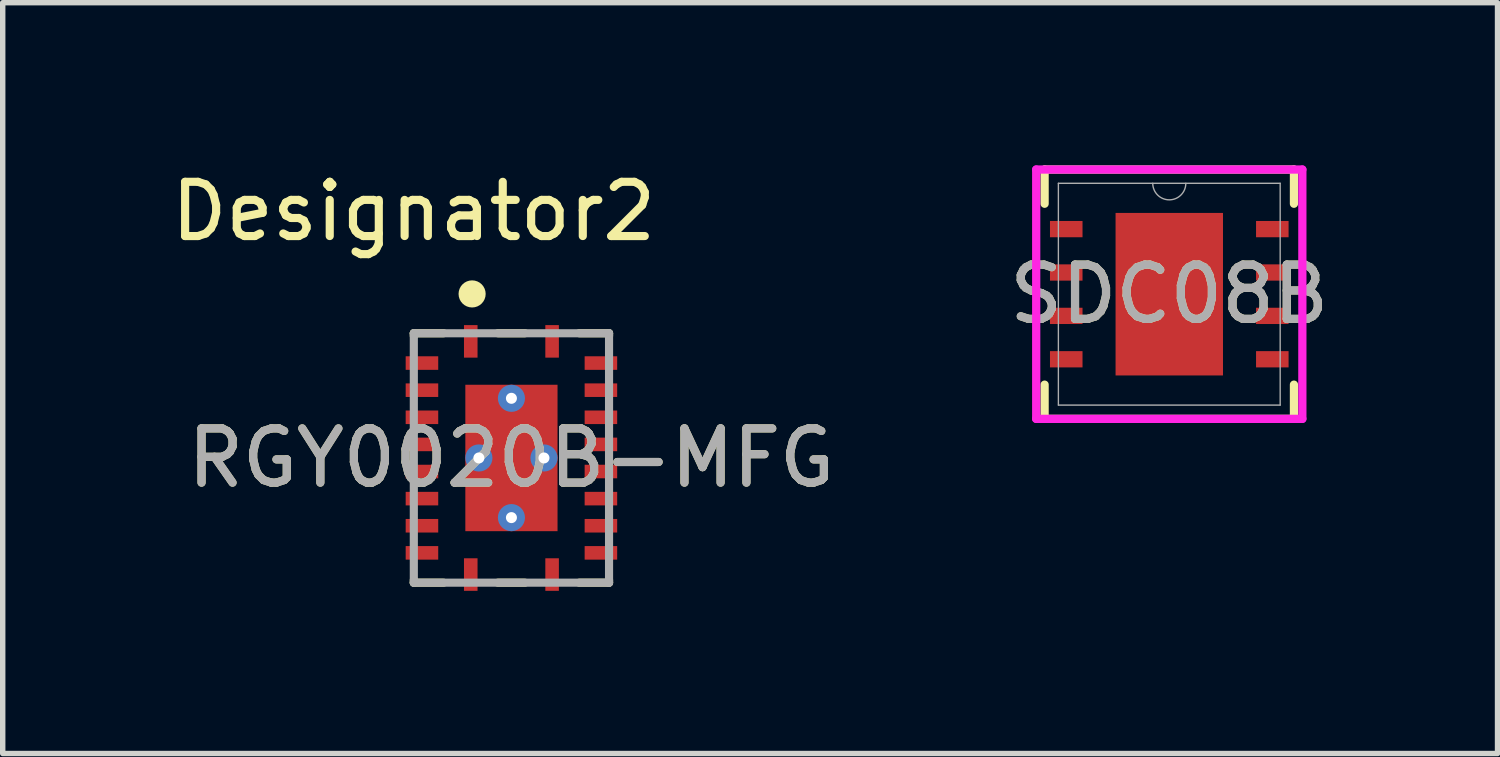
<source format=kicad_pcb>
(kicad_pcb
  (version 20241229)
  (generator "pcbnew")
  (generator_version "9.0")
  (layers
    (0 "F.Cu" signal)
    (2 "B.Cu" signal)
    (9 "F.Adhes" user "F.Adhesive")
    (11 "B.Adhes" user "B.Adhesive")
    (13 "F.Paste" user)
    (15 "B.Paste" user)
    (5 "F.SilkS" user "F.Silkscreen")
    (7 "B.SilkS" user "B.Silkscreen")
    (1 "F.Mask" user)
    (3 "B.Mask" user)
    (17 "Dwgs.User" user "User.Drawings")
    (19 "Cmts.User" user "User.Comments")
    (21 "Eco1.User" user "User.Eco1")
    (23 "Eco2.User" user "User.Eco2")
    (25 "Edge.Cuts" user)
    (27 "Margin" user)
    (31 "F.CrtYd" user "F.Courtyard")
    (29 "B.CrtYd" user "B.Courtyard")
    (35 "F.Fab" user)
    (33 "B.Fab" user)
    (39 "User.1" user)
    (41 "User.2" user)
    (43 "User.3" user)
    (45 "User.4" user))
  (footprint "SDC08B"
    (layer "F.Cu")
    (at 18.512 2.375)
    (property "Reference" "SDC08B" (at 0 0 0) (unlocked yes) (layer "F.SilkS") (effects (font (size 1 1) (thickness 0.15))))
    (attr smd)
    (fp_line (start -2.299 -2.299) (end -2.299 -1.668) (stroke (width 0.152) (type solid)) (layer "F.SilkS"))
    (fp_line (start -2.299 1.668) (end -2.299 2.299) (stroke (width 0.152) (type solid)) (layer "F.SilkS"))
    (fp_line (start -2.299 2.299) (end 2.299 2.299) (stroke (width 0.152) (type solid)) (layer "F.SilkS"))
    (fp_line (start 2.299 -2.299) (end -2.299 -2.299) (stroke (width 0.152) (type solid)) (layer "F.SilkS"))
    (fp_line (start 2.299 -1.668) (end 2.299 -2.299) (stroke (width 0.152) (type solid)) (layer "F.SilkS"))
    (fp_line (start 2.299 2.299) (end 2.299 1.668) (stroke (width 0.152) (type solid)) (layer "F.SilkS"))
    (fp_poly (pts (xy -2.403 -1.35) (xy -2.403 -1.05) (xy -1.803 -1.05) (xy -1.803 -1.35)) (stroke (width 0) (type solid)) (fill yes) (layer "F.Paste"))
    (fp_poly (pts (xy -2.403 -0.55) (xy -2.403 -0.25) (xy -1.803 -0.25) (xy -1.803 -0.55)) (stroke (width 0) (type solid)) (fill yes) (layer "F.Paste"))
    (fp_poly (pts (xy -2.403 0.25) (xy -2.403 0.55) (xy -1.803 0.55) (xy -1.803 0.25)) (stroke (width 0) (type solid)) (fill yes) (layer "F.Paste"))
    (fp_poly (pts (xy -2.403 1.05) (xy -2.403 1.35) (xy -1.803 1.35) (xy -1.803 1.05)) (stroke (width 0) (type solid)) (fill yes) (layer "F.Paste"))
    (fp_poly (pts (xy -0.887 -1.395) (xy -0.887 -0.1) (xy -0.1 -0.1) (xy -0.1 -1.395)) (stroke (width 0) (type solid)) (fill yes) (layer "F.Paste"))
    (fp_poly (pts (xy -0.887 0.1) (xy -0.887 1.395) (xy -0.1 1.395) (xy -0.1 0.1)) (stroke (width 0) (type solid)) (fill yes) (layer "F.Paste"))
    (fp_poly (pts (xy 0.1 -1.395) (xy 0.1 -0.1) (xy 0.887 -0.1) (xy 0.887 -1.395)) (stroke (width 0) (type solid)) (fill yes) (layer "F.Paste"))
    (fp_poly (pts (xy 0.1 0.1) (xy 0.1 1.395) (xy 0.887 1.395) (xy 0.887 0.1)) (stroke (width 0) (type solid)) (fill yes) (layer "F.Paste"))
    (fp_poly (pts (xy 1.803 -1.35) (xy 1.803 -1.05) (xy 2.403 -1.05) (xy 2.403 -1.35)) (stroke (width 0) (type solid)) (fill yes) (layer "F.Paste"))
    (fp_poly (pts (xy 1.803 -0.55) (xy 1.803 -0.25) (xy 2.403 -0.25) (xy 2.403 -0.55)) (stroke (width 0) (type solid)) (fill yes) (layer "F.Paste"))
    (fp_poly (pts (xy 1.803 0.25) (xy 1.803 0.55) (xy 2.403 0.55) (xy 2.403 0.25)) (stroke (width 0) (type solid)) (fill yes) (layer "F.Paste"))
    (fp_poly (pts (xy 1.803 1.05) (xy 1.803 1.35) (xy 2.403 1.35) (xy 2.403 1.05)) (stroke (width 0) (type solid)) (fill yes) (layer "F.Paste"))
    (fp_line (start -2.454 -2.299) (end 2.454 -2.299) (stroke (width 0.152) (type solid)) (layer "F.CrtYd"))
    (fp_line (start -2.454 2.299) (end -2.454 -2.299) (stroke (width 0.152) (type solid)) (layer "F.CrtYd"))
    (fp_line (start 2.454 -2.299) (end 2.454 2.299) (stroke (width 0.152) (type solid)) (layer "F.CrtYd"))
    (fp_line (start 2.454 2.299) (end -2.454 2.299) (stroke (width 0.152) (type solid)) (layer "F.CrtYd"))
    (fp_line (start -2.045 -2.045) (end -2.045 2.045) (stroke (width 0.025) (type solid)) (layer "F.Fab"))
    (fp_line (start -2.045 2.045) (end 2.045 2.045) (stroke (width 0.025) (type solid)) (layer "F.Fab"))
    (fp_line (start 2.045 -2.045) (end -2.045 -2.045) (stroke (width 0.025) (type solid)) (layer "F.Fab"))
    (fp_line (start 2.045 2.045) (end 2.045 -2.045) (stroke (width 0.025) (type solid)) (layer "F.Fab"))
    (fp_arc (start 0.3048 -2.0447) (mid 0 -1.7399) (end -0.3048 -2.0447) (stroke (width 0.0254) (type solid)) (layer "F.Fab"))
    (fp_text user "${REFERENCE}" (at 0 0 0) (unlocked yes) (layer "F.Fab") (effects (font (size 1 1) (thickness 0.15))))
    (pad "1" smd rect (at -1.9 -1.2) (size 0.6 0.3) (layers "F.Cu" "F.Mask"))
    (pad "2" smd rect (at -1.9 -0.4) (size 0.6 0.3) (layers "F.Cu" "F.Mask"))
    (pad "3" smd rect (at -1.9 0.4) (size 0.6 0.3) (layers "F.Cu" "F.Mask"))
    (pad "4" smd rect (at -1.9 1.2) (size 0.6 0.3) (layers "F.Cu" "F.Mask"))
    (pad "5" smd rect (at 1.9 1.2) (size 0.6 0.3) (layers "F.Cu" "F.Mask"))
    (pad "6" smd rect (at 1.9 0.4) (size 0.6 0.3) (layers "F.Cu" "F.Mask"))
    (pad "7" smd rect (at 1.9 -0.4) (size 0.6 0.3) (layers "F.Cu" "F.Mask"))
    (pad "8" smd rect (at 1.9 -1.2) (size 0.6 0.3) (layers "F.Cu" "F.Mask"))
    (pad "9" smd rect (at 0 0) (size 1.981 2.997) (layers "F.Cu" "F.Mask")))
  (footprint "RGY0020B-MFG"
    (layer "F.Cu")
    (at 6.381 5.395)
    (property "Reference" "RGY0020B-MFG" (at 0 0 0) (unlocked yes) (layer "F.SilkS") (effects (font (size 1 1) (thickness 0.15))))
    (attr smd)
    (fp_line (start -1.8 -2.3) (end -1.25 -2.3) (stroke (width 0.15) (type solid)) (layer "F.SilkS"))
    (fp_line (start -1.8 -2.25) (end -1.8 -2.3) (stroke (width 0.15) (type solid)) (layer "F.SilkS"))
    (fp_line (start -1.8 2.3) (end -1.8 2.25) (stroke (width 0.15) (type solid)) (layer "F.SilkS"))
    (fp_line (start -1.8 2.3) (end -1.25 2.3) (stroke (width 0.15) (type solid)) (layer "F.SilkS"))
    (fp_line (start -0.25 -2.3) (end 0.25 -2.3) (stroke (width 0.15) (type solid)) (layer "F.SilkS"))
    (fp_line (start -0.25 2.3) (end 0.25 2.3) (stroke (width 0.15) (type solid)) (layer "F.SilkS"))
    (fp_line (start 1.25 -2.3) (end 1.8 -2.3) (stroke (width 0.15) (type solid)) (layer "F.SilkS"))
    (fp_line (start 1.25 2.3) (end 1.8 2.3) (stroke (width 0.15) (type solid)) (layer "F.SilkS"))
    (fp_line (start 1.8 -2.25) (end 1.8 -2.3) (stroke (width 0.15) (type solid)) (layer "F.SilkS"))
    (fp_line (start 1.8 2.3) (end 1.8 2.25) (stroke (width 0.15) (type solid)) (layer "F.SilkS"))
    (fp_circle (center -0.725 -3.025) (end -0.6 -3.025) (stroke (width 0.25) (type solid)) (fill no) (layer "F.SilkS"))
    (fp_poly (pts (xy -0.1 -1.265) (xy -0.1 -0.155) (xy -0.15 -0.105) (xy -0.8 -0.105) (xy -0.85 -0.155) (xy -0.85 -1.265) (xy -0.8 -1.315) (xy -0.15 -1.315)) (stroke (width 0) (type solid)) (fill yes) (layer "F.Paste"))
    (fp_poly (pts (xy -0.1 1.265) (xy -0.15 1.315) (xy -0.8 1.315) (xy -0.85 1.265) (xy -0.85 0.155) (xy -0.8 0.105) (xy -0.15 0.105) (xy -0.1 0.155)) (stroke (width 0) (type solid)) (fill yes) (layer "F.Paste"))
    (fp_poly (pts (xy 0.8 0.105) (xy 0.85 0.155) (xy 0.85 1.265) (xy 0.8 1.315) (xy 0.15 1.315) (xy 0.1 1.265) (xy 0.1 0.155) (xy 0.15 0.105)) (stroke (width 0) (type solid)) (fill yes) (layer "F.Paste"))
    (fp_poly (pts (xy 0.85 -0.155) (xy 0.8 -0.105) (xy 0.15 -0.105) (xy 0.1 -0.155) (xy 0.1 -1.265) (xy 0.15 -1.315) (xy 0.8 -1.315) (xy 0.85 -1.265)) (stroke (width 0) (type solid)) (fill yes) (layer "F.Paste"))
    (fp_line (start -1.8 -2.3) (end 1.8 -2.3) (stroke (width 0.15) (type solid)) (layer "F.Fab"))
    (fp_line (start -1.8 2.3) (end -1.8 -2.3) (stroke (width 0.15) (type solid)) (layer "F.Fab"))
    (fp_line (start -1.8 2.3) (end 1.8 2.3) (stroke (width 0.15) (type solid)) (layer "F.Fab"))
    (fp_line (start 1.8 2.3) (end 1.8 -2.3) (stroke (width 0.15) (type solid)) (layer "F.Fab"))
    (fp_text user "Designator2" (at -1.803 -4.547 0) (unlocked yes) (layer "F.SilkS") (effects (font (size 1 1) (thickness 0.15))))
    (fp_text user "${REFERENCE}" (at 0 0 0) (unlocked yes) (layer "F.Fab") (effects (font (size 1 1) (thickness 0.15))))
    (pad "1" smd rect (at -0.75 -2.15) (size 0.25 0.6) (layers "F.Cu" "F.Mask" "F.Paste"))
    (pad "2" smd rect (at -1.65 -1.75 90) (size 0.25 0.6) (layers "F.Cu" "F.Mask" "F.Paste"))
    (pad "3" smd rect (at -1.65 -1.25 90) (size 0.25 0.6) (layers "F.Cu" "F.Mask" "F.Paste"))
    (pad "4" smd rect (at -1.65 -0.75 90) (size 0.25 0.6) (layers "F.Cu" "F.Mask" "F.Paste"))
    (pad "5" smd rect (at -1.65 -0.25 90) (size 0.25 0.6) (layers "F.Cu" "F.Mask" "F.Paste"))
    (pad "6" smd rect (at -1.65 0.25 90) (size 0.25 0.6) (layers "F.Cu" "F.Mask" "F.Paste"))
    (pad "7" smd rect (at -1.65 0.75 90) (size 0.25 0.6) (layers "F.Cu" "F.Mask" "F.Paste"))
    (pad "8" smd rect (at -1.65 1.25 90) (size 0.25 0.6) (layers "F.Cu" "F.Mask" "F.Paste"))
    (pad "9" smd rect (at -1.65 1.75 90) (size 0.25 0.6) (layers "F.Cu" "F.Mask" "F.Paste"))
    (pad "10" smd rect (at -0.75 2.15) (size 0.25 0.6) (layers "F.Cu" "F.Mask" "F.Paste"))
    (pad "11" smd rect (at 0.75 2.15) (size 0.25 0.6) (layers "F.Cu" "F.Mask" "F.Paste"))
    (pad "12" smd rect (at 1.65 1.75 90) (size 0.25 0.6) (layers "F.Cu" "F.Mask" "F.Paste"))
    (pad "13" smd rect (at 1.65 1.25 90) (size 0.25 0.6) (layers "F.Cu" "F.Mask" "F.Paste"))
    (pad "14" smd rect (at 1.65 0.75 90) (size 0.25 0.6) (layers "F.Cu" "F.Mask" "F.Paste"))
    (pad "15" smd rect (at 1.65 0.25 90) (size 0.25 0.6) (layers "F.Cu" "F.Mask" "F.Paste"))
    (pad "16" smd rect (at 1.65 -0.25 90) (size 0.25 0.6) (layers "F.Cu" "F.Mask" "F.Paste"))
    (pad "17" smd rect (at 1.65 -0.75 90) (size 0.25 0.6) (layers "F.Cu" "F.Mask" "F.Paste"))
    (pad "18" smd rect (at 1.65 -1.25 90) (size 0.25 0.6) (layers "F.Cu" "F.Mask" "F.Paste"))
    (pad "19" smd rect (at 1.65 -1.75 90) (size 0.25 0.6) (layers "F.Cu" "F.Mask" "F.Paste"))
    (pad "20" smd rect (at 0.75 -2.15) (size 0.25 0.6) (layers "F.Cu" "F.Mask" "F.Paste"))
    (pad "21" smd rect (at 0 0) (size 1.7 2.7) (layers "F.Cu" "F.Mask"))
    (pad "22" thru_hole circle (at 0 1.1) (size 0.5 0.5) (drill 0.203) (layers "*.Cu" "*.Mask"))
    (pad "23" thru_hole circle (at 0 -1.1) (size 0.5 0.5) (drill 0.203) (layers "*.Cu" "*.Mask"))
    (pad "24" thru_hole circle (at 0.6 0) (size 0.5 0.5) (drill 0.203) (layers "*.Cu" "*.Mask"))
    (pad "25" thru_hole circle (at -0.6 0) (size 0.5 0.5) (drill 0.203) (layers "*.Cu" "*.Mask")))
  (gr_rect
    (start -3 -3)
    (end 24.565 10.845)
    (stroke (width 0.1) (type default))
    (fill no)
    (layer "Edge.Cuts")))
</source>
